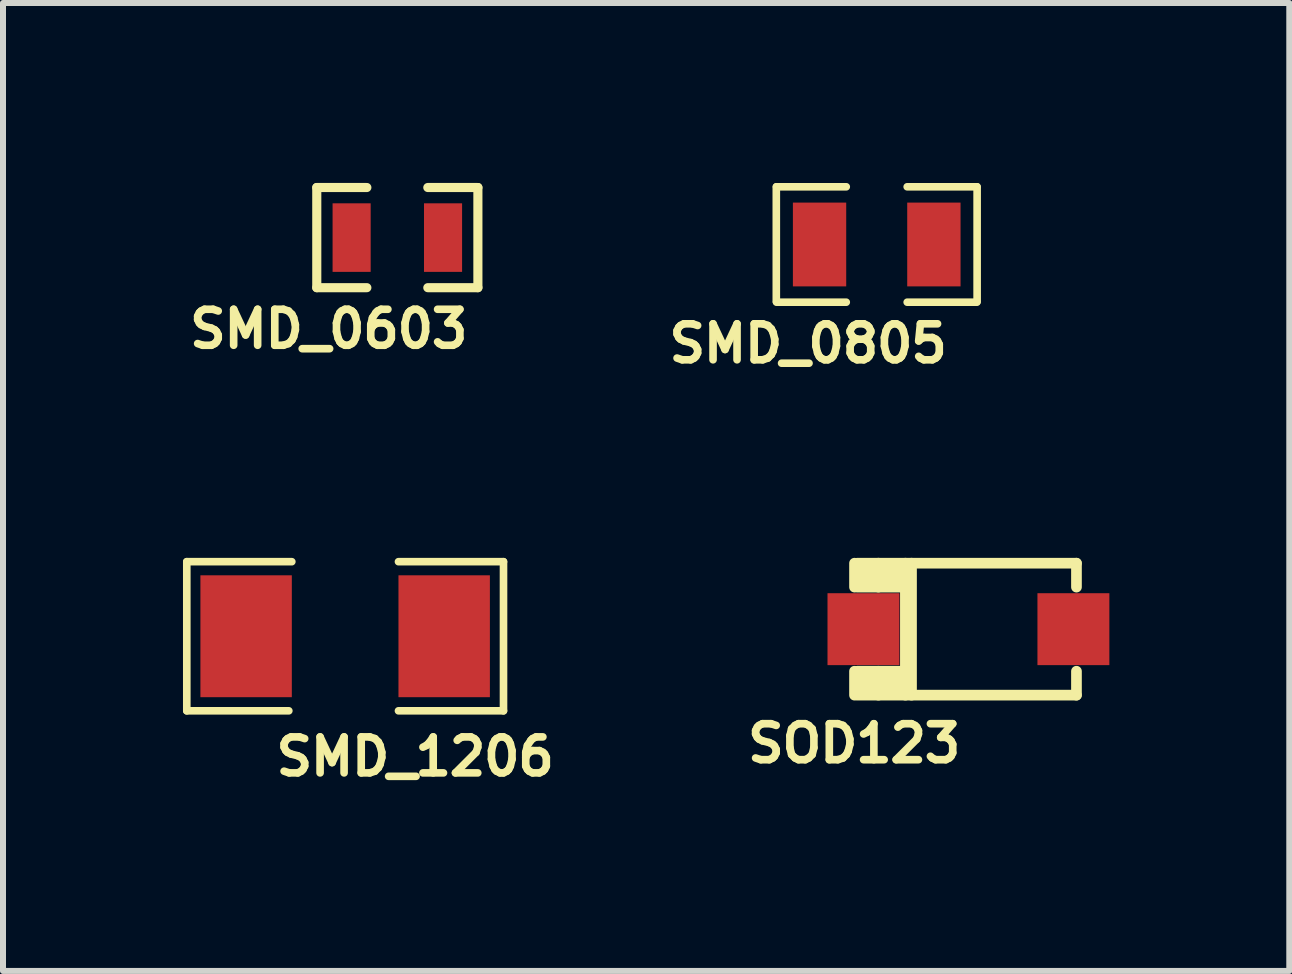
<source format=kicad_pcb>
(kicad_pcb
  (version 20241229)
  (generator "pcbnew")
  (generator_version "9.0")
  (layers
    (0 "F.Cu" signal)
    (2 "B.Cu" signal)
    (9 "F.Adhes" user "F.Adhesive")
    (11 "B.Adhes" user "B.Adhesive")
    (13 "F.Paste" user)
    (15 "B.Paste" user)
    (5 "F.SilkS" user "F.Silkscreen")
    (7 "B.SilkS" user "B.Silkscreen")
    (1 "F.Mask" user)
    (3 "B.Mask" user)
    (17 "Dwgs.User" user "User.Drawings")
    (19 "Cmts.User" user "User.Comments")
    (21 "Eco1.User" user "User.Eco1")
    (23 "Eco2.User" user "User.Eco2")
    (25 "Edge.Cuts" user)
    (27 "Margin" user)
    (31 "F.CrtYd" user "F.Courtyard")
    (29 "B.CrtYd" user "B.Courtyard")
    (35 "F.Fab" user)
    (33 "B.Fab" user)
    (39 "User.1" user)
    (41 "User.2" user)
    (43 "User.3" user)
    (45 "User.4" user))
  (footprint "SMD_0603"
    (layer "F.Cu")
    (at 3.574 0.911)
    (property "Reference" "SMD_0603" (at -1.143 1.524 0) (layer "F.SilkS") (effects (font (size 0.6 0.6) (thickness 0.127))))
    (attr smd)
    (fp_line (start -1.343 -0.835) (end -1.343 0.835) (stroke (width 0.152) (type solid)) (layer "F.SilkS"))
    (fp_line (start -1.343 -0.835) (end -0.508 -0.835) (stroke (width 0.152) (type solid)) (layer "F.SilkS"))
    (fp_line (start -1.343 0.835) (end -0.508 0.835) (stroke (width 0.152) (type solid)) (layer "F.SilkS"))
    (fp_line (start 1.343 -0.835) (end 0.508 -0.835) (stroke (width 0.152) (type solid)) (layer "F.SilkS"))
    (fp_line (start 1.343 -0.835) (end 1.343 0.835) (stroke (width 0.152) (type solid)) (layer "F.SilkS"))
    (fp_line (start 1.343 0.835) (end 0.508 0.835) (stroke (width 0.152) (type solid)) (layer "F.SilkS"))
    (pad "1" smd rect (at -0.762 0) (size 0.635 1.143) (layers "F.Cu" "F.Mask" "F.Paste"))
    (pad "2" smd rect (at 0.762 0) (size 0.635 1.143) (layers "F.Cu" "F.Mask" "F.Paste")))
  (footprint "SOD123"
    (layer "F.Cu")
    (at 13.095 7.439)
    (property "Reference" "SOD123" (at -1.905 1.905 0) (layer "F.SilkS") (effects (font (size 0.6 0.6) (thickness 0.127))))
    (attr smd)
    (fp_line (start -1.899 -1.1) (end -1.899 -0.701) (stroke (width 0.178) (type solid)) (layer "F.SilkS"))
    (fp_line (start -1.899 1.1) (end -1.899 0.701) (stroke (width 0.178) (type solid)) (layer "F.SilkS"))
    (fp_line (start -1.851 -1.1) (end 1.8 -1.1) (stroke (width 0.178) (type solid)) (layer "F.SilkS"))
    (fp_line (start -1.851 -0.899) (end -1.051 -0.899) (stroke (width 0.178) (type solid)) (layer "F.SilkS"))
    (fp_line (start -1.851 -0.701) (end -1.051 -0.701) (stroke (width 0.178) (type solid)) (layer "F.SilkS"))
    (fp_line (start -1.851 0.701) (end -1.051 0.701) (stroke (width 0.178) (type solid)) (layer "F.SilkS"))
    (fp_line (start -1.851 0.8) (end -1.051 0.8) (stroke (width 0.178) (type solid)) (layer "F.SilkS"))
    (fp_line (start -1.851 1.1) (end 1.8 1.1) (stroke (width 0.178) (type solid)) (layer "F.SilkS"))
    (fp_line (start -1.501 -1.1) (end -1.501 -0.701) (stroke (width 0.178) (type solid)) (layer "F.SilkS"))
    (fp_line (start -1.501 1.1) (end -1.501 0.701) (stroke (width 0.178) (type solid)) (layer "F.SilkS"))
    (fp_line (start -1.051 -1.1) (end -1.051 1.1) (stroke (width 0.178) (type solid)) (layer "F.SilkS"))
    (fp_line (start -1.051 -1.001) (end -1.851 -1.001) (stroke (width 0.178) (type solid)) (layer "F.SilkS"))
    (fp_line (start -1.051 -0.8) (end -1.851 -0.8) (stroke (width 0.178) (type solid)) (layer "F.SilkS"))
    (fp_line (start -1.051 0.899) (end -1.851 0.899) (stroke (width 0.178) (type solid)) (layer "F.SilkS"))
    (fp_line (start -1.051 1.001) (end -1.851 1.001) (stroke (width 0.178) (type solid)) (layer "F.SilkS"))
    (fp_line (start -0.949 -1.1) (end -0.949 1.1) (stroke (width 0.178) (type solid)) (layer "F.SilkS"))
    (fp_line (start 1.801 -1.1) (end 1.801 -0.701) (stroke (width 0.178) (type solid)) (layer "F.SilkS"))
    (fp_line (start 1.801 1.1) (end 1.801 0.701) (stroke (width 0.178) (type solid)) (layer "F.SilkS"))
    (pad "1" smd rect (at -1.75 0) (size 1.199 1.199) (layers "F.Cu" "F.Mask" "F.Paste"))
    (pad "2" smd rect (at 1.75 0) (size 1.199 1.199) (layers "F.Cu" "F.Mask" "F.Paste")))
  (footprint "SMD_0805"
    (layer "F.Cu")
    (at 11.566 1.026)
    (property "Reference" "SMD_0805" (at -1.143 1.651 0) (layer "F.SilkS") (effects (font (size 0.6 0.6) (thickness 0.127))))
    (attr smd)
    (fp_line (start -1.674 0.95) (end -1.674 -0.962) (stroke (width 0.127) (type solid)) (layer "F.SilkS"))
    (fp_line (start -1.67 -0.962) (end -0.508 -0.962) (stroke (width 0.127) (type solid)) (layer "F.SilkS"))
    (fp_line (start -0.508 0.962) (end -1.67 0.962) (stroke (width 0.127) (type solid)) (layer "F.SilkS"))
    (fp_line (start 0.508 -0.962) (end 1.67 -0.962) (stroke (width 0.127) (type solid)) (layer "F.SilkS"))
    (fp_line (start 1.67 0.962) (end 0.508 0.962) (stroke (width 0.127) (type solid)) (layer "F.SilkS"))
    (fp_line (start 1.674 -0.962) (end 1.674 0.95) (stroke (width 0.127) (type solid)) (layer "F.SilkS"))
    (pad "1" smd rect (at -0.953 0) (size 0.889 1.397) (layers "F.Cu" "F.Mask" "F.Paste"))
    (pad "2" smd rect (at 0.953 0) (size 0.889 1.397) (layers "F.Cu" "F.Mask" "F.Paste")))
  (footprint "SMD_1206"
    (layer "F.Cu")
    (at 2.704 7.557)
    (property "Reference" "SMD_1206" (at 1.168 2.007 0) (layer "F.SilkS") (effects (font (size 0.6 0.6) (thickness 0.127))))
    (attr smd)
    (fp_line (start -2.64 -1.243) (end -2.64 1.243) (stroke (width 0.127) (type solid)) (layer "F.SilkS"))
    (fp_line (start -2.64 1.243) (end -0.939 1.243) (stroke (width 0.127) (type solid)) (layer "F.SilkS"))
    (fp_line (start -0.889 -1.243) (end -2.64 -1.243) (stroke (width 0.127) (type solid)) (layer "F.SilkS"))
    (fp_line (start 0.889 -1.243) (end 2.64 -1.243) (stroke (width 0.127) (type solid)) (layer "F.SilkS"))
    (fp_line (start 2.64 -1.243) (end 2.64 1.243) (stroke (width 0.127) (type solid)) (layer "F.SilkS"))
    (fp_line (start 2.64 1.243) (end 0.889 1.243) (stroke (width 0.127) (type solid)) (layer "F.SilkS"))
    (pad "1" smd rect (at -1.651 0) (size 1.524 2.032) (layers "F.Cu" "F.Mask" "F.Paste"))
    (pad "2" smd rect (at 1.651 0) (size 1.524 2.032) (layers "F.Cu" "F.Mask" "F.Paste")))
  (gr_rect
    (start -3 -3)
    (end 18.444 13.137)
    (stroke (width 0.1) (type default))
    (fill no)
    (layer "Edge.Cuts")))
</source>
